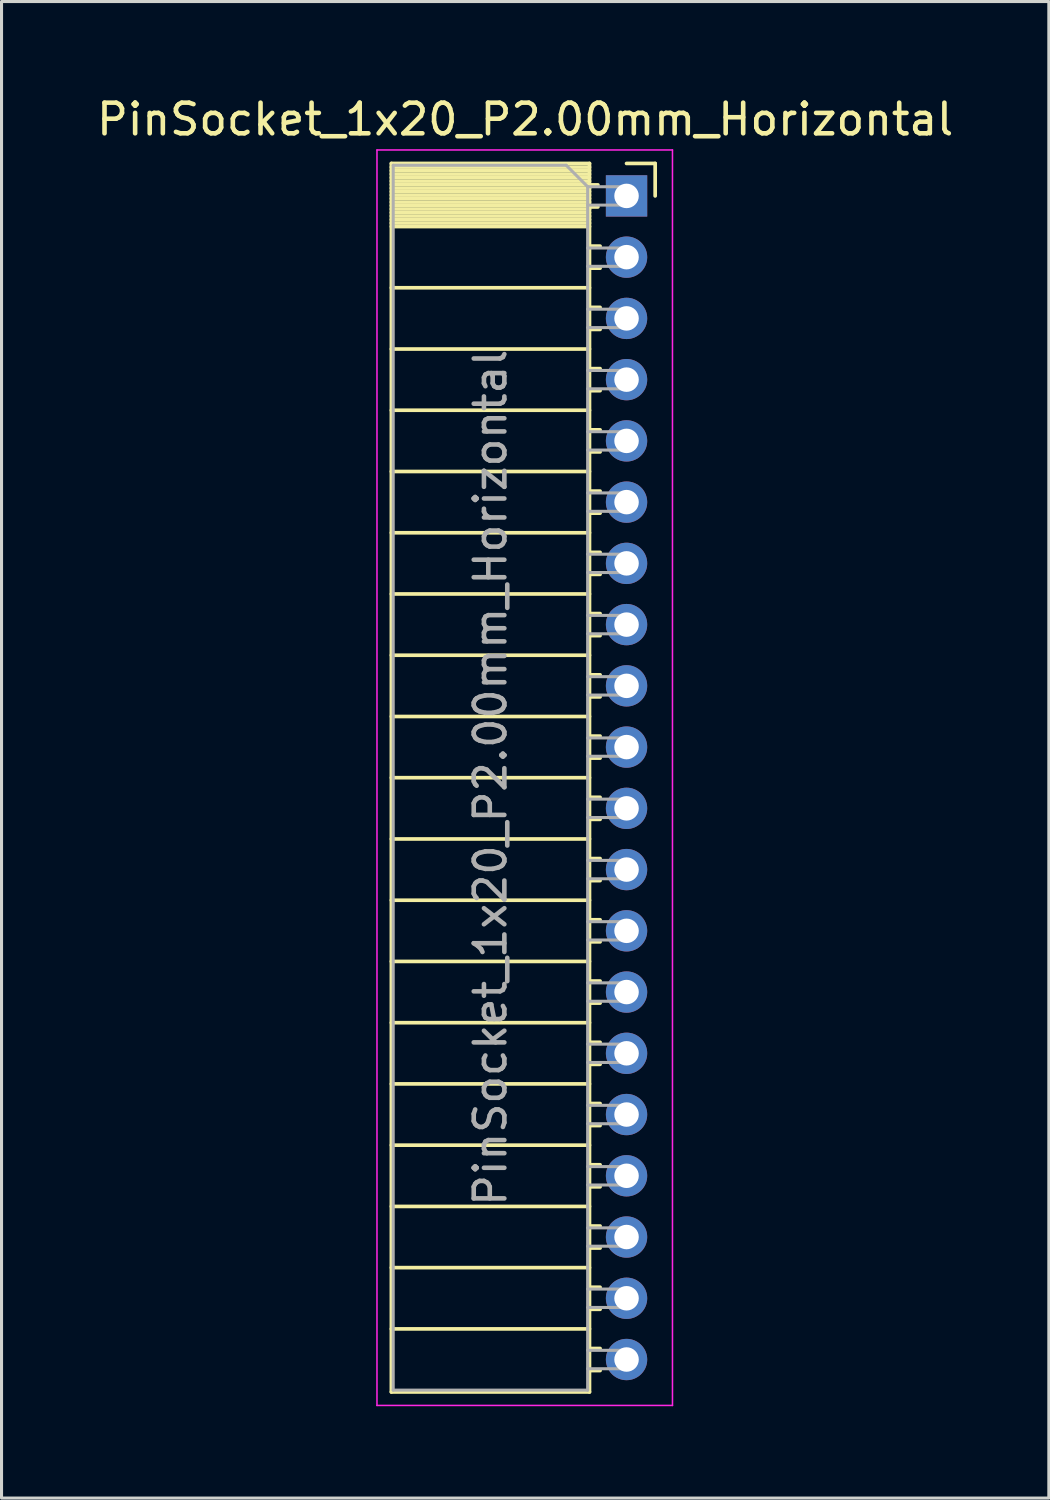
<source format=kicad_pcb>
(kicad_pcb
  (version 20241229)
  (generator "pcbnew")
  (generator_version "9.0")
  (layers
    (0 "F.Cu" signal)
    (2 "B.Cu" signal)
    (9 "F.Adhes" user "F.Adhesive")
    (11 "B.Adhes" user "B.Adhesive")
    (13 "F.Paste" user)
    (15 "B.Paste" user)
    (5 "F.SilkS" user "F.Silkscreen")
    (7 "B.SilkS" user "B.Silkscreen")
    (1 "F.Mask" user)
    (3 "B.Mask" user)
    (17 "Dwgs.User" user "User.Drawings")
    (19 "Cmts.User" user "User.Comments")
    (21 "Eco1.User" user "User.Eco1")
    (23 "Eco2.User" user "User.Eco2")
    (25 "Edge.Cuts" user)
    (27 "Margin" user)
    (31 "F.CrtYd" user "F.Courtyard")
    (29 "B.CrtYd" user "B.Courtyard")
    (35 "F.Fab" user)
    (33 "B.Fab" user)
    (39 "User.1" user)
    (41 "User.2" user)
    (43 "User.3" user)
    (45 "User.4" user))
  (footprint "PinSocket_1x20_P2.00mm_Horizontal"
    (layer "F.Cu")
    (at 17.411 3.348)
    (property "Reference" "PinSocket_1x20_P2.00mm_Horizontal" (at -3.31 -2.5 0) (layer "F.SilkS") (effects (font (size 1 1) (thickness 0.15))))
    (attr through_hole)
    (fp_line (start -7.68 -1.06) (end -7.68 39.06) (stroke (width 0.12) (type solid)) (layer "F.SilkS"))
    (fp_line (start -7.68 -1.06) (end -1.21 -1.06) (stroke (width 0.12) (type solid)) (layer "F.SilkS"))
    (fp_line (start -7.68 -0.94) (end -1.21 -0.94) (stroke (width 0.12) (type solid)) (layer "F.SilkS"))
    (fp_line (start -7.68 -0.826) (end -1.21 -0.826) (stroke (width 0.12) (type solid)) (layer "F.SilkS"))
    (fp_line (start -7.68 -0.712) (end -1.21 -0.712) (stroke (width 0.12) (type solid)) (layer "F.SilkS"))
    (fp_line (start -7.68 -0.598) (end -1.21 -0.598) (stroke (width 0.12) (type solid)) (layer "F.SilkS"))
    (fp_line (start -7.68 -0.484) (end -1.21 -0.484) (stroke (width 0.12) (type solid)) (layer "F.SilkS"))
    (fp_line (start -7.68 -0.369) (end -1.21 -0.369) (stroke (width 0.12) (type solid)) (layer "F.SilkS"))
    (fp_line (start -7.68 -0.255) (end -1.21 -0.255) (stroke (width 0.12) (type solid)) (layer "F.SilkS"))
    (fp_line (start -7.68 -0.141) (end -1.21 -0.141) (stroke (width 0.12) (type solid)) (layer "F.SilkS"))
    (fp_line (start -7.68 -0.027) (end -1.21 -0.027) (stroke (width 0.12) (type solid)) (layer "F.SilkS"))
    (fp_line (start -7.68 0.087) (end -1.21 0.087) (stroke (width 0.12) (type solid)) (layer "F.SilkS"))
    (fp_line (start -7.68 0.201) (end -1.21 0.201) (stroke (width 0.12) (type solid)) (layer "F.SilkS"))
    (fp_line (start -7.68 0.315) (end -1.21 0.315) (stroke (width 0.12) (type solid)) (layer "F.SilkS"))
    (fp_line (start -7.68 0.429) (end -1.21 0.429) (stroke (width 0.12) (type solid)) (layer "F.SilkS"))
    (fp_line (start -7.68 0.544) (end -1.21 0.544) (stroke (width 0.12) (type solid)) (layer "F.SilkS"))
    (fp_line (start -7.68 0.658) (end -1.21 0.658) (stroke (width 0.12) (type solid)) (layer "F.SilkS"))
    (fp_line (start -7.68 0.772) (end -1.21 0.772) (stroke (width 0.12) (type solid)) (layer "F.SilkS"))
    (fp_line (start -7.68 0.886) (end -1.21 0.886) (stroke (width 0.12) (type solid)) (layer "F.SilkS"))
    (fp_line (start -7.68 1) (end -1.21 1) (stroke (width 0.12) (type solid)) (layer "F.SilkS"))
    (fp_line (start -7.68 3) (end -1.21 3) (stroke (width 0.12) (type solid)) (layer "F.SilkS"))
    (fp_line (start -7.68 5) (end -1.21 5) (stroke (width 0.12) (type solid)) (layer "F.SilkS"))
    (fp_line (start -7.68 7) (end -1.21 7) (stroke (width 0.12) (type solid)) (layer "F.SilkS"))
    (fp_line (start -7.68 9) (end -1.21 9) (stroke (width 0.12) (type solid)) (layer "F.SilkS"))
    (fp_line (start -7.68 11) (end -1.21 11) (stroke (width 0.12) (type solid)) (layer "F.SilkS"))
    (fp_line (start -7.68 13) (end -1.21 13) (stroke (width 0.12) (type solid)) (layer "F.SilkS"))
    (fp_line (start -7.68 15) (end -1.21 15) (stroke (width 0.12) (type solid)) (layer "F.SilkS"))
    (fp_line (start -7.68 17) (end -1.21 17) (stroke (width 0.12) (type solid)) (layer "F.SilkS"))
    (fp_line (start -7.68 19) (end -1.21 19) (stroke (width 0.12) (type solid)) (layer "F.SilkS"))
    (fp_line (start -7.68 21) (end -1.21 21) (stroke (width 0.12) (type solid)) (layer "F.SilkS"))
    (fp_line (start -7.68 23) (end -1.21 23) (stroke (width 0.12) (type solid)) (layer "F.SilkS"))
    (fp_line (start -7.68 25) (end -1.21 25) (stroke (width 0.12) (type solid)) (layer "F.SilkS"))
    (fp_line (start -7.68 27) (end -1.21 27) (stroke (width 0.12) (type solid)) (layer "F.SilkS"))
    (fp_line (start -7.68 29) (end -1.21 29) (stroke (width 0.12) (type solid)) (layer "F.SilkS"))
    (fp_line (start -7.68 31) (end -1.21 31) (stroke (width 0.12) (type solid)) (layer "F.SilkS"))
    (fp_line (start -7.68 33) (end -1.21 33) (stroke (width 0.12) (type solid)) (layer "F.SilkS"))
    (fp_line (start -7.68 35) (end -1.21 35) (stroke (width 0.12) (type solid)) (layer "F.SilkS"))
    (fp_line (start -7.68 37) (end -1.21 37) (stroke (width 0.12) (type solid)) (layer "F.SilkS"))
    (fp_line (start -7.68 39.06) (end -1.21 39.06) (stroke (width 0.12) (type solid)) (layer "F.SilkS"))
    (fp_line (start -1.21 -1.06) (end -1.21 39.06) (stroke (width 0.12) (type solid)) (layer "F.SilkS"))
    (fp_line (start -1.21 -0.36) (end -0.935 -0.36) (stroke (width 0.12) (type solid)) (layer "F.SilkS"))
    (fp_line (start -1.21 0.36) (end -0.935 0.36) (stroke (width 0.12) (type solid)) (layer "F.SilkS"))
    (fp_line (start -1.21 1.64) (end -0.863 1.64) (stroke (width 0.12) (type solid)) (layer "F.SilkS"))
    (fp_line (start -1.21 2.36) (end -0.863 2.36) (stroke (width 0.12) (type solid)) (layer "F.SilkS"))
    (fp_line (start -1.21 3.64) (end -0.863 3.64) (stroke (width 0.12) (type solid)) (layer "F.SilkS"))
    (fp_line (start -1.21 4.36) (end -0.863 4.36) (stroke (width 0.12) (type solid)) (layer "F.SilkS"))
    (fp_line (start -1.21 5.64) (end -0.863 5.64) (stroke (width 0.12) (type solid)) (layer "F.SilkS"))
    (fp_line (start -1.21 6.36) (end -0.863 6.36) (stroke (width 0.12) (type solid)) (layer "F.SilkS"))
    (fp_line (start -1.21 7.64) (end -0.863 7.64) (stroke (width 0.12) (type solid)) (layer "F.SilkS"))
    (fp_line (start -1.21 8.36) (end -0.863 8.36) (stroke (width 0.12) (type solid)) (layer "F.SilkS"))
    (fp_line (start -1.21 9.64) (end -0.863 9.64) (stroke (width 0.12) (type solid)) (layer "F.SilkS"))
    (fp_line (start -1.21 10.36) (end -0.863 10.36) (stroke (width 0.12) (type solid)) (layer "F.SilkS"))
    (fp_line (start -1.21 11.64) (end -0.863 11.64) (stroke (width 0.12) (type solid)) (layer "F.SilkS"))
    (fp_line (start -1.21 12.36) (end -0.863 12.36) (stroke (width 0.12) (type solid)) (layer "F.SilkS"))
    (fp_line (start -1.21 13.64) (end -0.863 13.64) (stroke (width 0.12) (type solid)) (layer "F.SilkS"))
    (fp_line (start -1.21 14.36) (end -0.863 14.36) (stroke (width 0.12) (type solid)) (layer "F.SilkS"))
    (fp_line (start -1.21 15.64) (end -0.863 15.64) (stroke (width 0.12) (type solid)) (layer "F.SilkS"))
    (fp_line (start -1.21 16.36) (end -0.863 16.36) (stroke (width 0.12) (type solid)) (layer "F.SilkS"))
    (fp_line (start -1.21 17.64) (end -0.863 17.64) (stroke (width 0.12) (type solid)) (layer "F.SilkS"))
    (fp_line (start -1.21 18.36) (end -0.863 18.36) (stroke (width 0.12) (type solid)) (layer "F.SilkS"))
    (fp_line (start -1.21 19.64) (end -0.863 19.64) (stroke (width 0.12) (type solid)) (layer "F.SilkS"))
    (fp_line (start -1.21 20.36) (end -0.863 20.36) (stroke (width 0.12) (type solid)) (layer "F.SilkS"))
    (fp_line (start -1.21 21.64) (end -0.863 21.64) (stroke (width 0.12) (type solid)) (layer "F.SilkS"))
    (fp_line (start -1.21 22.36) (end -0.863 22.36) (stroke (width 0.12) (type solid)) (layer "F.SilkS"))
    (fp_line (start -1.21 23.64) (end -0.863 23.64) (stroke (width 0.12) (type solid)) (layer "F.SilkS"))
    (fp_line (start -1.21 24.36) (end -0.863 24.36) (stroke (width 0.12) (type solid)) (layer "F.SilkS"))
    (fp_line (start -1.21 25.64) (end -0.863 25.64) (stroke (width 0.12) (type solid)) (layer "F.SilkS"))
    (fp_line (start -1.21 26.36) (end -0.863 26.36) (stroke (width 0.12) (type solid)) (layer "F.SilkS"))
    (fp_line (start -1.21 27.64) (end -0.863 27.64) (stroke (width 0.12) (type solid)) (layer "F.SilkS"))
    (fp_line (start -1.21 28.36) (end -0.863 28.36) (stroke (width 0.12) (type solid)) (layer "F.SilkS"))
    (fp_line (start -1.21 29.64) (end -0.863 29.64) (stroke (width 0.12) (type solid)) (layer "F.SilkS"))
    (fp_line (start -1.21 30.36) (end -0.863 30.36) (stroke (width 0.12) (type solid)) (layer "F.SilkS"))
    (fp_line (start -1.21 31.64) (end -0.863 31.64) (stroke (width 0.12) (type solid)) (layer "F.SilkS"))
    (fp_line (start -1.21 32.36) (end -0.863 32.36) (stroke (width 0.12) (type solid)) (layer "F.SilkS"))
    (fp_line (start -1.21 33.64) (end -0.863 33.64) (stroke (width 0.12) (type solid)) (layer "F.SilkS"))
    (fp_line (start -1.21 34.36) (end -0.863 34.36) (stroke (width 0.12) (type solid)) (layer "F.SilkS"))
    (fp_line (start -1.21 35.64) (end -0.863 35.64) (stroke (width 0.12) (type solid)) (layer "F.SilkS"))
    (fp_line (start -1.21 36.36) (end -0.863 36.36) (stroke (width 0.12) (type solid)) (layer "F.SilkS"))
    (fp_line (start -1.21 37.64) (end -0.863 37.64) (stroke (width 0.12) (type solid)) (layer "F.SilkS"))
    (fp_line (start -1.21 38.36) (end -0.863 38.36) (stroke (width 0.12) (type solid)) (layer "F.SilkS"))
    (fp_line (start 0 -1.06) (end 0.935 -1.06) (stroke (width 0.12) (type solid)) (layer "F.SilkS"))
    (fp_line (start 0.935 -1.06) (end 0.935 0) (stroke (width 0.12) (type solid)) (layer "F.SilkS"))
    (fp_line (start -8.15 -1.5) (end -8.15 39.5) (stroke (width 0.05) (type solid)) (layer "F.CrtYd"))
    (fp_line (start -8.15 39.5) (end 1.5 39.5) (stroke (width 0.05) (type solid)) (layer "F.CrtYd"))
    (fp_line (start 1.5 -1.5) (end -8.15 -1.5) (stroke (width 0.05) (type solid)) (layer "F.CrtYd"))
    (fp_line (start 1.5 39.5) (end 1.5 -1.5) (stroke (width 0.05) (type solid)) (layer "F.CrtYd"))
    (fp_line (start -7.62 -1) (end -1.97 -1) (stroke (width 0.1) (type solid)) (layer "F.Fab"))
    (fp_line (start -7.62 39) (end -7.62 -1) (stroke (width 0.1) (type solid)) (layer "F.Fab"))
    (fp_line (start -1.97 -1) (end -1.27 -0.3) (stroke (width 0.1) (type solid)) (layer "F.Fab"))
    (fp_line (start -1.27 -0.3) (end -1.27 39) (stroke (width 0.1) (type solid)) (layer "F.Fab"))
    (fp_line (start -1.27 0.3) (end 0 0.3) (stroke (width 0.1) (type solid)) (layer "F.Fab"))
    (fp_line (start -1.27 2.3) (end 0 2.3) (stroke (width 0.1) (type solid)) (layer "F.Fab"))
    (fp_line (start -1.27 4.3) (end 0 4.3) (stroke (width 0.1) (type solid)) (layer "F.Fab"))
    (fp_line (start -1.27 6.3) (end 0 6.3) (stroke (width 0.1) (type solid)) (layer "F.Fab"))
    (fp_line (start -1.27 8.3) (end 0 8.3) (stroke (width 0.1) (type solid)) (layer "F.Fab"))
    (fp_line (start -1.27 10.3) (end 0 10.3) (stroke (width 0.1) (type solid)) (layer "F.Fab"))
    (fp_line (start -1.27 12.3) (end 0 12.3) (stroke (width 0.1) (type solid)) (layer "F.Fab"))
    (fp_line (start -1.27 14.3) (end 0 14.3) (stroke (width 0.1) (type solid)) (layer "F.Fab"))
    (fp_line (start -1.27 16.3) (end 0 16.3) (stroke (width 0.1) (type solid)) (layer "F.Fab"))
    (fp_line (start -1.27 18.3) (end 0 18.3) (stroke (width 0.1) (type solid)) (layer "F.Fab"))
    (fp_line (start -1.27 20.3) (end 0 20.3) (stroke (width 0.1) (type solid)) (layer "F.Fab"))
    (fp_line (start -1.27 22.3) (end 0 22.3) (stroke (width 0.1) (type solid)) (layer "F.Fab"))
    (fp_line (start -1.27 24.3) (end 0 24.3) (stroke (width 0.1) (type solid)) (layer "F.Fab"))
    (fp_line (start -1.27 26.3) (end 0 26.3) (stroke (width 0.1) (type solid)) (layer "F.Fab"))
    (fp_line (start -1.27 28.3) (end 0 28.3) (stroke (width 0.1) (type solid)) (layer "F.Fab"))
    (fp_line (start -1.27 30.3) (end 0 30.3) (stroke (width 0.1) (type solid)) (layer "F.Fab"))
    (fp_line (start -1.27 32.3) (end 0 32.3) (stroke (width 0.1) (type solid)) (layer "F.Fab"))
    (fp_line (start -1.27 34.3) (end 0 34.3) (stroke (width 0.1) (type solid)) (layer "F.Fab"))
    (fp_line (start -1.27 36.3) (end 0 36.3) (stroke (width 0.1) (type solid)) (layer "F.Fab"))
    (fp_line (start -1.27 38.3) (end 0 38.3) (stroke (width 0.1) (type solid)) (layer "F.Fab"))
    (fp_line (start -1.27 39) (end -7.62 39) (stroke (width 0.1) (type solid)) (layer "F.Fab"))
    (fp_line (start 0 -0.3) (end -1.27 -0.3) (stroke (width 0.1) (type solid)) (layer "F.Fab"))
    (fp_line (start 0 0.3) (end 0 -0.3) (stroke (width 0.1) (type solid)) (layer "F.Fab"))
    (fp_line (start 0 1.7) (end -1.27 1.7) (stroke (width 0.1) (type solid)) (layer "F.Fab"))
    (fp_line (start 0 2.3) (end 0 1.7) (stroke (width 0.1) (type solid)) (layer "F.Fab"))
    (fp_line (start 0 3.7) (end -1.27 3.7) (stroke (width 0.1) (type solid)) (layer "F.Fab"))
    (fp_line (start 0 4.3) (end 0 3.7) (stroke (width 0.1) (type solid)) (layer "F.Fab"))
    (fp_line (start 0 5.7) (end -1.27 5.7) (stroke (width 0.1) (type solid)) (layer "F.Fab"))
    (fp_line (start 0 6.3) (end 0 5.7) (stroke (width 0.1) (type solid)) (layer "F.Fab"))
    (fp_line (start 0 7.7) (end -1.27 7.7) (stroke (width 0.1) (type solid)) (layer "F.Fab"))
    (fp_line (start 0 8.3) (end 0 7.7) (stroke (width 0.1) (type solid)) (layer "F.Fab"))
    (fp_line (start 0 9.7) (end -1.27 9.7) (stroke (width 0.1) (type solid)) (layer "F.Fab"))
    (fp_line (start 0 10.3) (end 0 9.7) (stroke (width 0.1) (type solid)) (layer "F.Fab"))
    (fp_line (start 0 11.7) (end -1.27 11.7) (stroke (width 0.1) (type solid)) (layer "F.Fab"))
    (fp_line (start 0 12.3) (end 0 11.7) (stroke (width 0.1) (type solid)) (layer "F.Fab"))
    (fp_line (start 0 13.7) (end -1.27 13.7) (stroke (width 0.1) (type solid)) (layer "F.Fab"))
    (fp_line (start 0 14.3) (end 0 13.7) (stroke (width 0.1) (type solid)) (layer "F.Fab"))
    (fp_line (start 0 15.7) (end -1.27 15.7) (stroke (width 0.1) (type solid)) (layer "F.Fab"))
    (fp_line (start 0 16.3) (end 0 15.7) (stroke (width 0.1) (type solid)) (layer "F.Fab"))
    (fp_line (start 0 17.7) (end -1.27 17.7) (stroke (width 0.1) (type solid)) (layer "F.Fab"))
    (fp_line (start 0 18.3) (end 0 17.7) (stroke (width 0.1) (type solid)) (layer "F.Fab"))
    (fp_line (start 0 19.7) (end -1.27 19.7) (stroke (width 0.1) (type solid)) (layer "F.Fab"))
    (fp_line (start 0 20.3) (end 0 19.7) (stroke (width 0.1) (type solid)) (layer "F.Fab"))
    (fp_line (start 0 21.7) (end -1.27 21.7) (stroke (width 0.1) (type solid)) (layer "F.Fab"))
    (fp_line (start 0 22.3) (end 0 21.7) (stroke (width 0.1) (type solid)) (layer "F.Fab"))
    (fp_line (start 0 23.7) (end -1.27 23.7) (stroke (width 0.1) (type solid)) (layer "F.Fab"))
    (fp_line (start 0 24.3) (end 0 23.7) (stroke (width 0.1) (type solid)) (layer "F.Fab"))
    (fp_line (start 0 25.7) (end -1.27 25.7) (stroke (width 0.1) (type solid)) (layer "F.Fab"))
    (fp_line (start 0 26.3) (end 0 25.7) (stroke (width 0.1) (type solid)) (layer "F.Fab"))
    (fp_line (start 0 27.7) (end -1.27 27.7) (stroke (width 0.1) (type solid)) (layer "F.Fab"))
    (fp_line (start 0 28.3) (end 0 27.7) (stroke (width 0.1) (type solid)) (layer "F.Fab"))
    (fp_line (start 0 29.7) (end -1.27 29.7) (stroke (width 0.1) (type solid)) (layer "F.Fab"))
    (fp_line (start 0 30.3) (end 0 29.7) (stroke (width 0.1) (type solid)) (layer "F.Fab"))
    (fp_line (start 0 31.7) (end -1.27 31.7) (stroke (width 0.1) (type solid)) (layer "F.Fab"))
    (fp_line (start 0 32.3) (end 0 31.7) (stroke (width 0.1) (type solid)) (layer "F.Fab"))
    (fp_line (start 0 33.7) (end -1.27 33.7) (stroke (width 0.1) (type solid)) (layer "F.Fab"))
    (fp_line (start 0 34.3) (end 0 33.7) (stroke (width 0.1) (type solid)) (layer "F.Fab"))
    (fp_line (start 0 35.7) (end -1.27 35.7) (stroke (width 0.1) (type solid)) (layer "F.Fab"))
    (fp_line (start 0 36.3) (end 0 35.7) (stroke (width 0.1) (type solid)) (layer "F.Fab"))
    (fp_line (start 0 37.7) (end -1.27 37.7) (stroke (width 0.1) (type solid)) (layer "F.Fab"))
    (fp_line (start 0 38.3) (end 0 37.7) (stroke (width 0.1) (type solid)) (layer "F.Fab"))
    (fp_text user "${REFERENCE}" (at -4.445 19 90) (layer "F.Fab") (effects (font (size 1 1) (thickness 0.15))))
    (pad "1" thru_hole rect (at 0 0) (size 1.35 1.35) (drill 0.8) (layers "*.Cu" "*.Mask"))
    (pad "2" thru_hole oval (at 0 2) (size 1.35 1.35) (drill 0.8) (layers "*.Cu" "*.Mask"))
    (pad "3" thru_hole oval (at 0 4) (size 1.35 1.35) (drill 0.8) (layers "*.Cu" "*.Mask"))
    (pad "4" thru_hole oval (at 0 6) (size 1.35 1.35) (drill 0.8) (layers "*.Cu" "*.Mask"))
    (pad "5" thru_hole oval (at 0 8) (size 1.35 1.35) (drill 0.8) (layers "*.Cu" "*.Mask"))
    (pad "6" thru_hole oval (at 0 10) (size 1.35 1.35) (drill 0.8) (layers "*.Cu" "*.Mask"))
    (pad "7" thru_hole oval (at 0 12) (size 1.35 1.35) (drill 0.8) (layers "*.Cu" "*.Mask"))
    (pad "8" thru_hole oval (at 0 14) (size 1.35 1.35) (drill 0.8) (layers "*.Cu" "*.Mask"))
    (pad "9" thru_hole oval (at 0 16) (size 1.35 1.35) (drill 0.8) (layers "*.Cu" "*.Mask"))
    (pad "10" thru_hole oval (at 0 18) (size 1.35 1.35) (drill 0.8) (layers "*.Cu" "*.Mask"))
    (pad "11" thru_hole oval (at 0 20) (size 1.35 1.35) (drill 0.8) (layers "*.Cu" "*.Mask"))
    (pad "12" thru_hole oval (at 0 22) (size 1.35 1.35) (drill 0.8) (layers "*.Cu" "*.Mask"))
    (pad "13" thru_hole oval (at 0 24) (size 1.35 1.35) (drill 0.8) (layers "*.Cu" "*.Mask"))
    (pad "14" thru_hole oval (at 0 26) (size 1.35 1.35) (drill 0.8) (layers "*.Cu" "*.Mask"))
    (pad "15" thru_hole oval (at 0 28) (size 1.35 1.35) (drill 0.8) (layers "*.Cu" "*.Mask"))
    (pad "16" thru_hole oval (at 0 30) (size 1.35 1.35) (drill 0.8) (layers "*.Cu" "*.Mask"))
    (pad "17" thru_hole oval (at 0 32) (size 1.35 1.35) (drill 0.8) (layers "*.Cu" "*.Mask"))
    (pad "18" thru_hole oval (at 0 34) (size 1.35 1.35) (drill 0.8) (layers "*.Cu" "*.Mask"))
    (pad "19" thru_hole oval (at 0 36) (size 1.35 1.35) (drill 0.8) (layers "*.Cu" "*.Mask"))
    (pad "20" thru_hole oval (at 0 38) (size 1.35 1.35) (drill 0.8) (layers "*.Cu" "*.Mask")))
  (gr_rect
    (start -3 -3)
    (end 31.202 45.873)
    (stroke (width 0.1) (type default))
    (fill no)
    (layer "Edge.Cuts")))
</source>
